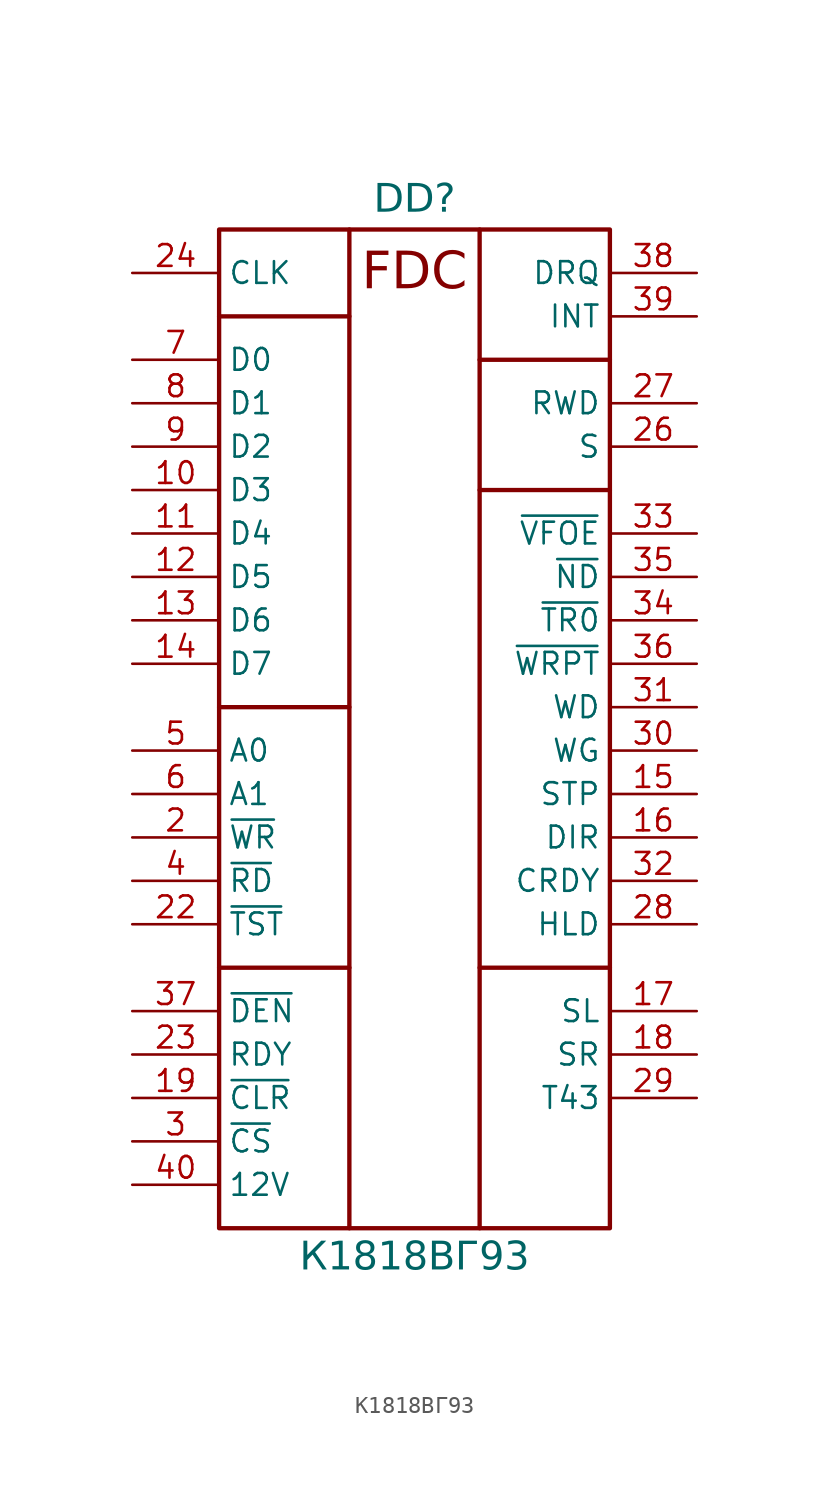
<source format=kicad_sym>
(kicad_symbol_lib
  (version 20241209)
  (generator "kicad_symbol_editor")
  (generator_version "9.0")
  (symbol "К1818ВГ93"
    (property "Reference" "DD"
      (at 16.51 3.302 0)
      (do_not_autoplace)
      (effects (font (face "Input Sans Condensed") (size 1.651 1.651)) (justify bottom)))
    (property "Value" "К1818ВГ93"
      (at 16.51 -56.642 0)
      (do_not_autoplace)
      (effects (font (face "Input Sans Condensed") (size 1.651 1.651)) (justify top)))
    (symbol "К1818ВГ93_0_0"
      (rectangle (start 5.08 2.54) (end 12.7 -55.88) (stroke (width 0.254) (type solid)) (fill (type none)))
      (polyline (pts (xy 5.08 -2.54) (xy 12.7 -2.54)) (stroke (width 0.254) (type solid)) (fill (type none)))
      (polyline (pts (xy 5.08 -25.4) (xy 12.7 -25.4)) (stroke (width 0.254) (type solid)) (fill (type none)))
      (polyline (pts (xy 5.08 -40.64) (xy 12.7 -40.64)) (stroke (width 0.254) (type solid)) (fill (type none)))
      (polyline (pts (xy 12.7 2.54) (xy 20.32 2.54)) (stroke (width 0.254) (type solid)) (fill (type none)))
      (polyline (pts (xy 12.7 -55.88) (xy 20.32 -55.88)) (stroke (width 0.254) (type solid)) (fill (type none)))
      (rectangle (start 20.32 2.54) (end 27.94 -55.88) (stroke (width 0.254) (type solid)) (fill (type none)))
      (polyline (pts (xy 20.32 -5.08) (xy 27.94 -5.08)) (stroke (width 0.254) (type solid)) (fill (type none)))
      (polyline (pts (xy 20.32 -12.7) (xy 27.94 -12.7)) (stroke (width 0.254) (type solid)) (fill (type none)))
      (polyline (pts (xy 20.32 -40.64) (xy 27.94 -40.64)) (stroke (width 0.254) (type solid)) (fill (type none))))
    (symbol "К1818ВГ93_1_0"
      (pin input line (at 0 0 0) (length 5.08) (name "CLK" (effects (font (size 1.27 1.27)))) (number "24" (effects (font (size 1.27 1.27)))))
      (pin tri_state line (at 0 -5.08 0) (length 5.08) (name "D0" (effects (font (size 1.27 1.27)))) (number "7" (effects (font (size 1.27 1.27)))))
      (pin tri_state line (at 0 -7.62 0) (length 5.08) (name "D1" (effects (font (size 1.27 1.27)))) (number "8" (effects (font (size 1.27 1.27)))))
      (pin tri_state line (at 0 -10.16 0) (length 5.08) (name "D2" (effects (font (size 1.27 1.27)))) (number "9" (effects (font (size 1.27 1.27)))))
      (pin tri_state line (at 0 -12.7 0) (length 5.08) (name "D3" (effects (font (size 1.27 1.27)))) (number "10" (effects (font (size 1.27 1.27)))))
      (pin tri_state line (at 0 -15.24 0) (length 5.08) (name "D4" (effects (font (size 1.27 1.27)))) (number "11" (effects (font (size 1.27 1.27)))))
      (pin tri_state line (at 0 -17.78 0) (length 5.08) (name "D5" (effects (font (size 1.27 1.27)))) (number "12" (effects (font (size 1.27 1.27)))))
      (pin tri_state line (at 0 -20.32 0) (length 5.08) (name "D6" (effects (font (size 1.27 1.27)))) (number "13" (effects (font (size 1.27 1.27)))))
      (pin tri_state line (at 0 -22.86 0) (length 5.08) (name "D7" (effects (font (size 1.27 1.27)))) (number "14" (effects (font (size 1.27 1.27)))))
      (pin input line (at 0 -27.94 0) (length 5.08) (name "A0" (effects (font (size 1.27 1.27)))) (number "5" (effects (font (size 1.27 1.27)))))
      (pin input line (at 0 -30.48 0) (length 5.08) (name "A1" (effects (font (size 1.27 1.27)))) (number "6" (effects (font (size 1.27 1.27)))))
      (pin input line (at 0 -33.02 0) (length 5.08) (name "~{WR}" (effects (font (size 1.27 1.27)))) (number "2" (effects (font (size 1.27 1.27)))))
      (pin input line (at 0 -35.56 0) (length 5.08) (name "~{RD}" (effects (font (size 1.27 1.27)))) (number "4" (effects (font (size 1.27 1.27)))))
      (pin input line (at 0 -38.1 0) (length 5.08) (name "~{TST}" (effects (font (size 1.27 1.27)))) (number "22" (effects (font (size 1.27 1.27)))))
      (pin input line (at 0 -43.18 0) (length 5.08) (name "~{DEN}" (effects (font (size 1.27 1.27)))) (number "37" (effects (font (size 1.27 1.27)))))
      (pin input line (at 0 -45.72 0) (length 5.08) (name "RDY" (effects (font (size 1.27 1.27)))) (number "23" (effects (font (size 1.27 1.27)))))
      (pin input line (at 0 -48.26 0) (length 5.08) (name "~{CLR}" (effects (font (size 1.27 1.27)))) (number "19" (effects (font (size 1.27 1.27)))))
      (pin input line (at 0 -50.8 0) (length 5.08) (name "~{CS}" (effects (font (size 1.27 1.27)))) (number "3" (effects (font (size 1.27 1.27)))))
      (pin power_in line (at 0 -53.34 0) (length 5.08) (name "12V" (effects (font (size 1.27 1.27)))) (number "40" (effects (font (size 1.27 1.27)))))
      (pin power_in line (at 30.48 -50.8 180) (length 2.54) (hide yes) (name "VCC" (effects (font (size 1.27 1.27)))) (number "21" (effects (font (size 1.27 1.27)))))
      (pin power_in line (at 30.48 -53.34 180) (length 2.54) (hide yes) (name "GND" (effects (font (size 1.27 1.27)))) (number "20" (effects (font (size 1.27 1.27)))))
      (pin output line (at 33.02 0 180) (length 5.08) (name "DRQ" (effects (font (size 1.27 1.27)))) (number "38" (effects (font (size 1.27 1.27)))))
      (pin output line (at 33.02 -2.54 180) (length 5.08) (name "INT" (effects (font (size 1.27 1.27)))) (number "39" (effects (font (size 1.27 1.27)))))
      (pin input line (at 33.02 -7.62 180) (length 5.08) (name "RWD" (effects (font (size 1.27 1.27)))) (number "27" (effects (font (size 1.27 1.27)))))
      (pin input line (at 33.02 -10.16 180) (length 5.08) (name "S" (effects (font (size 1.27 1.27)))) (number "26" (effects (font (size 1.27 1.27)))))
      (pin bidirectional line (at 33.02 -15.24 180) (length 5.08) (name "~{VFOE}" (effects (font (size 1.27 1.27)))) (number "33" (effects (font (size 1.27 1.27)))))
      (pin input line (at 33.02 -17.78 180) (length 5.08) (name "~{ND}" (effects (font (size 1.27 1.27)))) (number "35" (effects (font (size 1.27 1.27)))))
      (pin input line (at 33.02 -20.32 180) (length 5.08) (name "~{TR0}" (effects (font (size 1.27 1.27)))) (number "34" (effects (font (size 1.27 1.27)))))
      (pin output line (at 33.02 -22.86 180) (length 5.08) (name "~{WRPT}" (effects (font (size 1.27 1.27)))) (number "36" (effects (font (size 1.27 1.27)))))
      (pin output line (at 33.02 -25.4 180) (length 5.08) (name "WD" (effects (font (size 1.27 1.27)))) (number "31" (effects (font (size 1.27 1.27)))))
      (pin output line (at 33.02 -27.94 180) (length 5.08) (name "WG" (effects (font (size 1.27 1.27)))) (number "30" (effects (font (size 1.27 1.27)))))
      (pin output line (at 33.02 -30.48 180) (length 5.08) (name "STP" (effects (font (size 1.27 1.27)))) (number "15" (effects (font (size 1.27 1.27)))))
      (pin output line (at 33.02 -33.02 180) (length 5.08) (name "DIR" (effects (font (size 1.27 1.27)))) (number "16" (effects (font (size 1.27 1.27)))))
      (pin input line (at 33.02 -35.56 180) (length 5.08) (name "CRDY" (effects (font (size 1.27 1.27)))) (number "32" (effects (font (size 1.27 1.27)))))
      (pin output line (at 33.02 -38.1 180) (length 5.08) (name "HLD" (effects (font (size 1.27 1.27)))) (number "28" (effects (font (size 1.27 1.27)))))
      (pin output line (at 33.02 -43.18 180) (length 5.08) (name "SL" (effects (font (size 1.27 1.27)))) (number "17" (effects (font (size 1.27 1.27)))))
      (pin output line (at 33.02 -45.72 180) (length 5.08) (name "SR" (effects (font (size 1.27 1.27)))) (number "18" (effects (font (size 1.27 1.27)))))
      (pin output line (at 33.02 -48.26 180) (length 5.08) (name "T43" (effects (font (size 1.27 1.27)))) (number "29" (effects (font (size 1.27 1.27))))))
    (symbol "К1818ВГ93_1_1"
      (text "FDC" (at 16.51 0 0) (effects (font (face "Input Sans Condensed") (size 2.159 2.159)))))))
</source>
